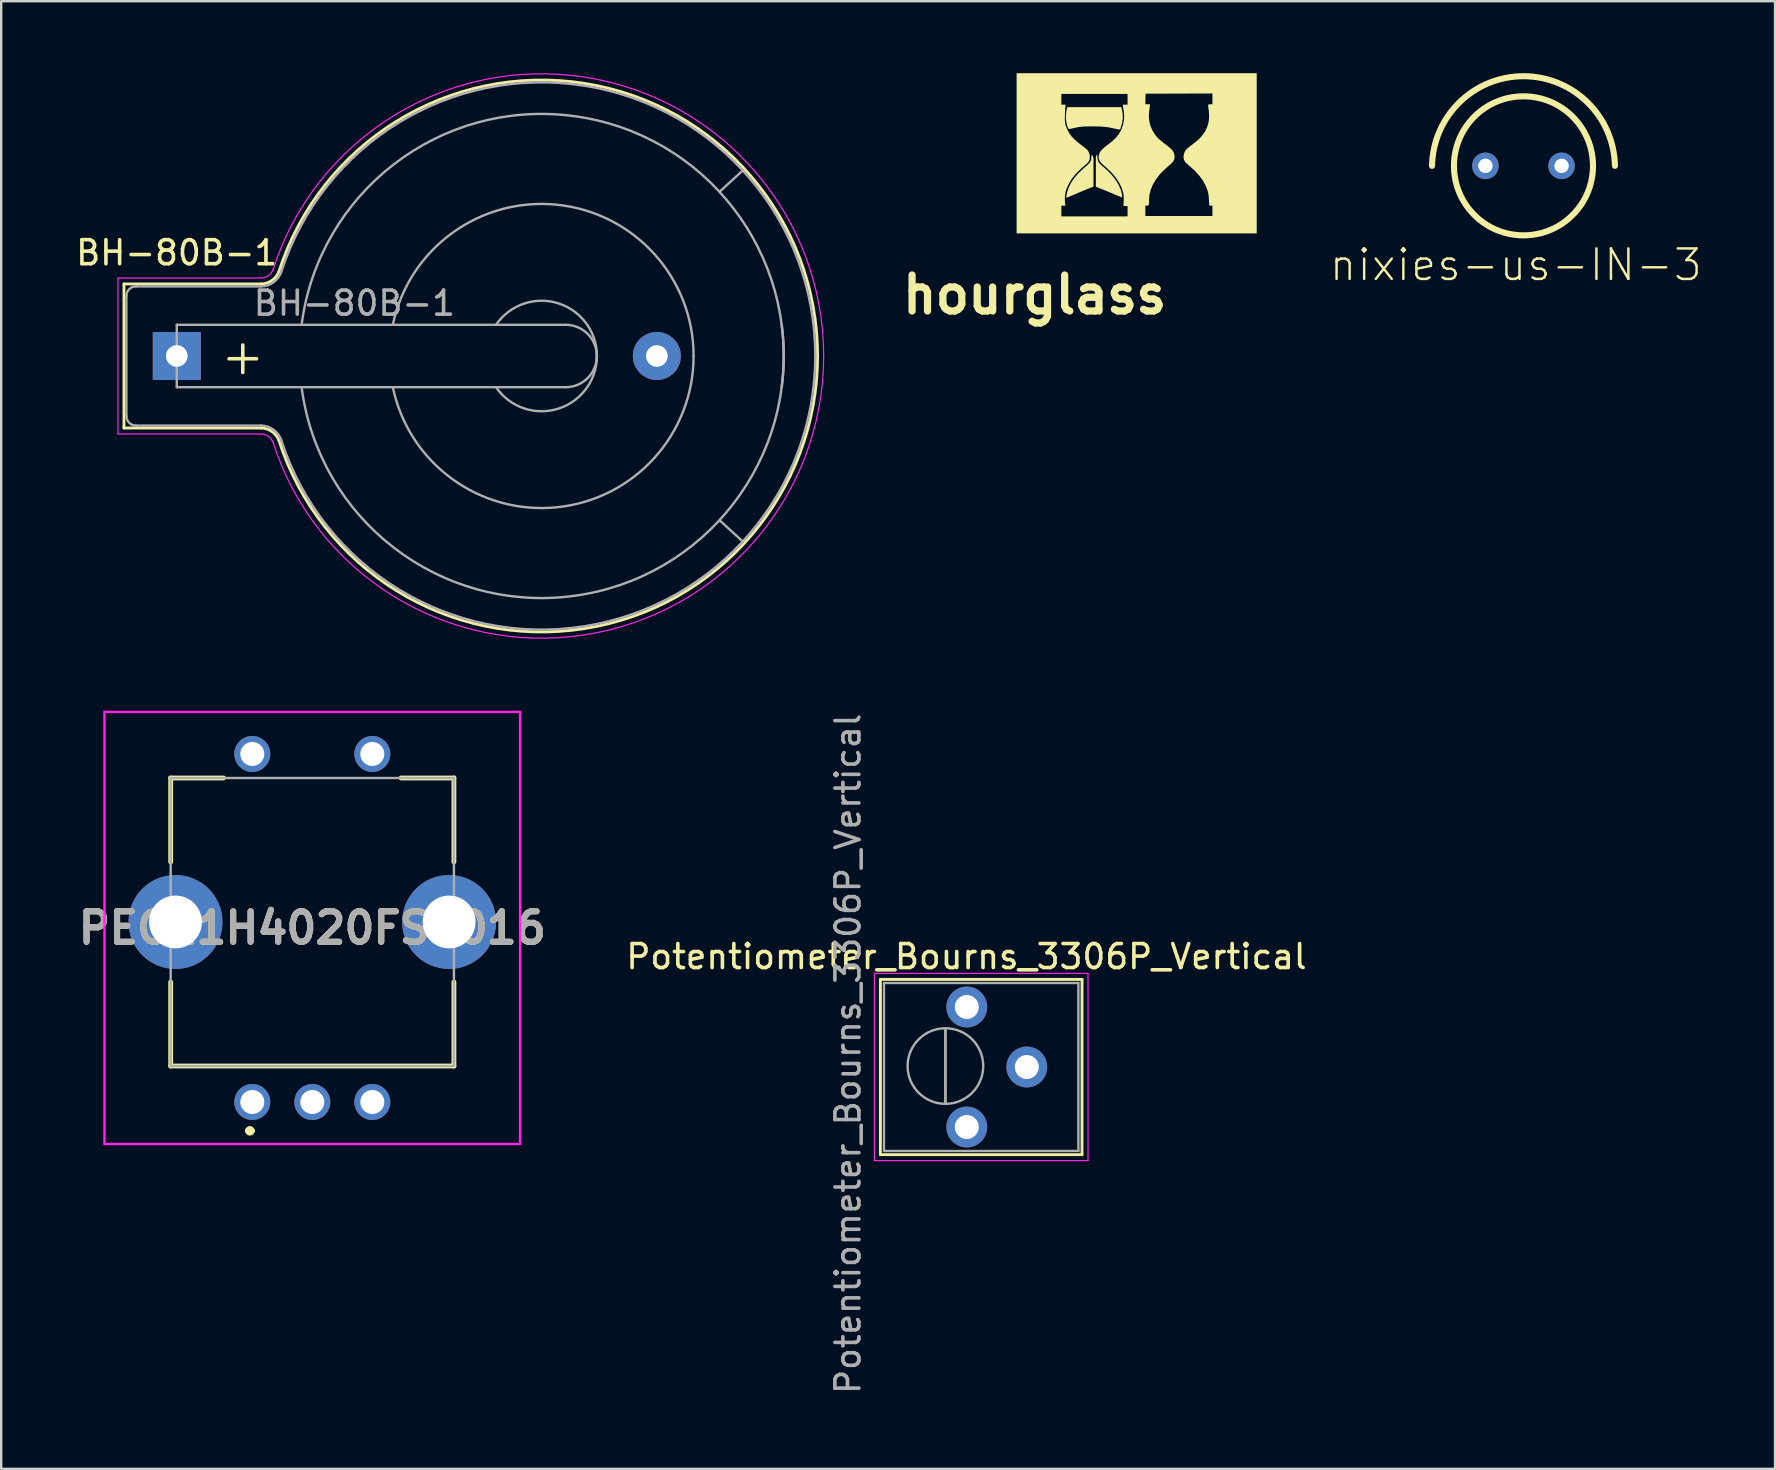
<source format=kicad_pcb>
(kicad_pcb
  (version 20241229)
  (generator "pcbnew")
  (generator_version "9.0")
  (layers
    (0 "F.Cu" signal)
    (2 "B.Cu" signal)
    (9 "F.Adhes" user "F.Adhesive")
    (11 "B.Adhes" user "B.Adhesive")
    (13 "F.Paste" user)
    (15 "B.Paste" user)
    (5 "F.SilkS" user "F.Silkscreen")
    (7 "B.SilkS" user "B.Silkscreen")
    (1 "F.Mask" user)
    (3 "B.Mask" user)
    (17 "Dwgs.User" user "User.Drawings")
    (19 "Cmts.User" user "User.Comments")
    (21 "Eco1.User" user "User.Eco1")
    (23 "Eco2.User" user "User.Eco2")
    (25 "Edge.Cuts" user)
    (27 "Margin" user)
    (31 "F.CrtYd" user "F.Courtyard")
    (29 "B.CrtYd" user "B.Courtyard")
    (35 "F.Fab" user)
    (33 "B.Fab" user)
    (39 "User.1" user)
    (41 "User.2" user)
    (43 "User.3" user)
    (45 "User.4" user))
  (footprint "nixies-us-IN-3"
    (layer "F.Cu")
    (at 60.42 3.859)
    (property "Reference" "nixies-us-IN-3" (at -0.318 4.128 0) (layer "F.SilkS") (effects (font (size 1.27 1.27) (thickness 0.102))))
    (attr exclude_from_pos_files exclude_from_bom)
    (fp_arc (start -3.81 0) (mid -0.001068 -3.732073) (end 3.809955 -0.002135) (stroke (width 0.254) (type solid)) (layer "F.SilkS"))
    (fp_circle (center 0 0) (end 0 -2.896) (stroke (width 0.254) (type solid)) (fill no) (layer "F.SilkS"))
    (pad "A" thru_hole circle (at -1.587 0) (size 1.107 1.107) (drill 0.599) (layers "*.Cu" "*.Mask"))
    (pad "K" thru_hole circle (at 1.587 0) (size 1.107 1.107) (drill 0.599) (layers "*.Cu" "*.Mask")))
  (footprint "PEC11H4020FS0016"
    (layer "F.Cu")
    (at 9.961 42.861)
    (property "Reference" "PEC11H4020FS0016" (at -0.001 -7.25 0) (layer "F.SilkS") (effects (font (size 1.27 1.27) (thickness 0.254))))
    (attr through_hole)
    (fp_line (start -5.9 -13.5) (end -3.7 -13.5) (stroke (width 0.2) (type solid)) (layer "F.SilkS"))
    (fp_line (start -5.9 -10) (end -5.9 -13.5) (stroke (width 0.2) (type solid)) (layer "F.SilkS"))
    (fp_line (start -5.9 -5) (end -5.9 -1.5) (stroke (width 0.2) (type solid)) (layer "F.SilkS"))
    (fp_line (start -5.9 -1.5) (end 5.9 -1.5) (stroke (width 0.2) (type solid)) (layer "F.SilkS"))
    (fp_line (start -2.7 1.2) (end -2.7 1.2) (stroke (width 0.2) (type solid)) (layer "F.SilkS"))
    (fp_line (start -2.5 1.2) (end -2.5 1.2) (stroke (width 0.2) (type solid)) (layer "F.SilkS"))
    (fp_line (start 5.9 -13.5) (end 3.7 -13.5) (stroke (width 0.2) (type solid)) (layer "F.SilkS"))
    (fp_line (start 5.9 -10) (end 5.9 -13.5) (stroke (width 0.2) (type solid)) (layer "F.SilkS"))
    (fp_line (start 5.9 -1.5) (end 5.9 -5) (stroke (width 0.2) (type solid)) (layer "F.SilkS"))
    (fp_arc (start -2.7 1.2) (mid -2.6 1.1) (end -2.5 1.2) (stroke (width 0.2) (type solid)) (layer "F.SilkS"))
    (fp_arc (start -2.5 1.2) (mid -2.6 1.3) (end -2.7 1.2) (stroke (width 0.2) (type solid)) (layer "F.SilkS"))
    (fp_line (start -8.658 -16.25) (end 8.657 -16.25) (stroke (width 0.1) (type solid)) (layer "F.CrtYd"))
    (fp_line (start -8.658 1.75) (end -8.658 -16.25) (stroke (width 0.1) (type solid)) (layer "F.CrtYd"))
    (fp_line (start 8.657 -16.25) (end 8.657 1.75) (stroke (width 0.1) (type solid)) (layer "F.CrtYd"))
    (fp_line (start 8.657 1.75) (end -8.658 1.75) (stroke (width 0.1) (type solid)) (layer "F.CrtYd"))
    (fp_line (start -5.9 -13.5) (end 5.9 -13.5) (stroke (width 0.1) (type solid)) (layer "F.Fab"))
    (fp_line (start -5.9 -1.5) (end -5.9 -13.5) (stroke (width 0.1) (type solid)) (layer "F.Fab"))
    (fp_line (start 5.9 -13.5) (end 5.9 -1.5) (stroke (width 0.1) (type solid)) (layer "F.Fab"))
    (fp_line (start 5.9 -1.5) (end -5.9 -1.5) (stroke (width 0.1) (type solid)) (layer "F.Fab"))
    (fp_text user "${REFERENCE}" (at -0.001 -7.25 0) (layer "F.Fab") (effects (font (size 1.27 1.27) (thickness 0.254))))
    (pad "" thru_hole circle (at -5.7 -7.5) (size 3.915 3.915) (drill 2.2) (layers "*.Cu" "*.Mask"))
    (pad "" thru_hole circle (at 5.7 -7.5) (size 3.915 3.915) (drill 2.2) (layers "*.Cu" "*.Mask"))
    (pad "A" thru_hole circle (at -2.5 0) (size 1.5 1.5) (drill 1) (layers "*.Cu" "*.Mask"))
    (pad "B" thru_hole circle (at 2.5 0) (size 1.5 1.5) (drill 1) (layers "*.Cu" "*.Mask"))
    (pad "C" thru_hole circle (at 0 0) (size 1.5 1.5) (drill 1) (layers "*.Cu" "*.Mask"))
    (pad "S1" thru_hole circle (at -2.5 -14.5) (size 1.5 1.5) (drill 1) (layers "*.Cu" "*.Mask"))
    (pad "S2" thru_hole circle (at 2.5 -14.5) (size 1.5 1.5) (drill 1) (layers "*.Cu" "*.Mask")))
  (footprint "Potentiometer_Bourns_3306P_Vertical"
    (layer "F.Cu")
    (at 37.228 43.903)
    (property "Reference" "Potentiometer_Bourns_3306P_Vertical" (at -0.015 -7.1 0) (layer "F.SilkS") (effects (font (size 1 1) (thickness 0.15))))
    (attr through_hole)
    (fp_line (start -3.6 -6.15) (end -3.6 1.15) (stroke (width 0.12) (type solid)) (layer "F.SilkS"))
    (fp_line (start -3.6 -6.15) (end 4.8 -6.15) (stroke (width 0.12) (type solid)) (layer "F.SilkS"))
    (fp_line (start -3.6 1.15) (end 4.8 1.15) (stroke (width 0.12) (type solid)) (layer "F.SilkS"))
    (fp_line (start 4.8 -6.15) (end 4.8 1.15) (stroke (width 0.12) (type solid)) (layer "F.SilkS"))
    (fp_line (start -3.85 -6.4) (end -3.85 1.4) (stroke (width 0.05) (type solid)) (layer "F.CrtYd"))
    (fp_line (start -3.85 1.4) (end 5.05 1.4) (stroke (width 0.05) (type solid)) (layer "F.CrtYd"))
    (fp_line (start 5.05 -6.4) (end -3.85 -6.4) (stroke (width 0.05) (type solid)) (layer "F.CrtYd"))
    (fp_line (start 5.05 1.4) (end 5.05 -6.4) (stroke (width 0.05) (type solid)) (layer "F.CrtYd"))
    (fp_line (start -3.45 -6) (end -3.45 1) (stroke (width 0.1) (type solid)) (layer "F.Fab"))
    (fp_line (start -3.45 1) (end 4.65 1) (stroke (width 0.1) (type solid)) (layer "F.Fab"))
    (fp_line (start -0.891 -0.98) (end -0.89 -4.099) (stroke (width 0.1) (type solid)) (layer "F.Fab"))
    (fp_line (start -0.891 -0.98) (end -0.89 -4.099) (stroke (width 0.1) (type solid)) (layer "F.Fab"))
    (fp_line (start 4.65 -6) (end -3.45 -6) (stroke (width 0.1) (type solid)) (layer "F.Fab"))
    (fp_line (start 4.65 1) (end 4.65 -6) (stroke (width 0.1) (type solid)) (layer "F.Fab"))
    (fp_circle (center -0.891 -2.54) (end 0.684 -2.54) (stroke (width 0.1) (type solid)) (fill no) (layer "F.Fab"))
    (fp_text user "${REFERENCE}" (at -4.95 -3.05 90) (layer "F.Fab") (effects (font (size 1 1) (thickness 0.15))))
    (pad "1" thru_hole circle (at 0 0) (size 1.7 1.7) (drill 1) (layers "*.Cu" "*.Mask"))
    (pad "2" thru_hole circle (at 2.5 -2.5) (size 1.7 1.7) (drill 1) (layers "*.Cu" "*.Mask"))
    (pad "3" thru_hole circle (at 0 -5) (size 1.7 1.7) (drill 1) (layers "*.Cu" "*.Mask")))
  (footprint "hourglass"
    (layer "F.Cu")
    (at 44.305 3.328)
    (property "Reference" "hourglass" (at -4.25 5.9 0) (layer "F.SilkS") (effects (font (size 1.5 1.5) (thickness 0.3))))
    (attr board_only exclude_from_pos_files exclude_from_bom)
    (fp_poly (pts (xy -0.622 -1.849) (xy -0.584 -1.644) (xy -0.58 -1.438) (xy -0.611 -1.231) (xy -0.677 -1.024) (xy -0.681 -1.013) (xy -0.693 -0.996) (xy -0.714 -0.987) (xy -0.751 -0.988) (xy -0.809 -0.997) (xy -0.894 -1.016) (xy -0.905 -1.018) (xy -1.042 -1.048) (xy -1.168 -1.071) (xy -1.29 -1.089) (xy -1.418 -1.1) (xy -1.558 -1.108) (xy -1.72 -1.111) (xy -1.845 -1.112) (xy -1.994 -1.111) (xy -2.115 -1.11) (xy -2.216 -1.106) (xy -2.306 -1.099) (xy -2.39 -1.088) (xy -2.476 -1.073) (xy -2.572 -1.053) (xy -2.67 -1.031) (xy -2.748 -1.013) (xy -2.8 -1.006) (xy -2.834 -1.013) (xy -2.857 -1.038) (xy -2.877 -1.087) (xy -2.899 -1.155) (xy -2.926 -1.268) (xy -2.942 -1.402) (xy -2.947 -1.542) (xy -2.94 -1.676) (xy -2.922 -1.784) (xy -2.892 -1.914) (xy -1.766 -1.914) (xy -0.639 -1.914)) (stroke (width 0) (type solid)) (fill yes) (layer "F.SilkS"))
    (fp_poly (pts (xy -1.637 0.174) (xy -1.626 0.264) (xy -1.603 0.339) (xy -1.565 0.407) (xy -1.506 0.474) (xy -1.422 0.548) (xy -1.397 0.568) (xy -1.202 0.74) (xy -1.031 0.92) (xy -0.885 1.105) (xy -0.768 1.293) (xy -0.68 1.481) (xy -0.637 1.617) (xy -0.617 1.706) (xy -0.606 1.776) (xy -0.605 1.824) (xy -0.614 1.844) (xy -0.616 1.844) (xy -0.635 1.838) (xy -0.681 1.819) (xy -0.752 1.791) (xy -0.843 1.753) (xy -0.951 1.709) (xy -1.071 1.658) (xy -1.163 1.62) (xy -1.29 1.567) (xy -1.409 1.518) (xy -1.513 1.476) (xy -1.6 1.441) (xy -1.666 1.415) (xy -1.7 1.4) (xy -1.7 1.397) (xy -1.7 1.391) (xy -1.7 1.372) (xy -1.7 1.336) (xy -1.7 1.3) (xy -1.7 1.203) (xy -1.7 1.1) (xy -1.7 0.967) (xy -1.7 0.808) (xy -1.7 0.22) (xy -1.694 0.133) (xy -1.647 0.045)) (stroke (width 0) (type solid)) (fill yes) (layer "F.SilkS"))
    (fp_poly (pts (xy -1.866 0.078) (xy -1.844 0.111) (xy -1.812 0.176) (xy -1.809 0.181) (xy -1.8 0.202) (xy -1.8 0.227) (xy -1.8 0.259) (xy -1.8 0.3) (xy -1.8 0.361) (xy -1.8 0.438) (xy -1.8 0.538) (xy -1.8 0.664) (xy -1.8 0.822) (xy -1.8 0.85) (xy -1.8 1.4) (xy -1.818 1.403) (xy -1.843 1.413) (xy -1.897 1.433) (xy -1.973 1.465) (xy -2.069 1.504) (xy -2.181 1.55) (xy -2.303 1.601) (xy -2.374 1.631) (xy -2.499 1.684) (xy -2.615 1.733) (xy -2.717 1.776) (xy -2.801 1.812) (xy -2.864 1.838) (xy -2.901 1.854) (xy -2.91 1.857) (xy -2.926 1.85) (xy -2.931 1.817) (xy -2.927 1.776) (xy -2.916 1.715) (xy -2.9 1.645) (xy -2.898 1.636) (xy -2.83 1.432) (xy -2.732 1.235) (xy -2.602 1.041) (xy -2.439 0.851) (xy -2.242 0.662) (xy -2.171 0.601) (xy -2.072 0.516) (xy -1.998 0.444) (xy -1.947 0.381) (xy -1.913 0.321) (xy -1.895 0.259) (xy -1.888 0.19) (xy -1.888 0.168) (xy -1.886 0.107) (xy -1.879 0.077)) (stroke (width 0) (type solid)) (fill yes) (layer "F.SilkS"))
    (fp_poly (pts (xy 5.001 0.009) (xy 5.001 3.345) (xy 0 3.345) (xy -5.001 3.345) (xy -5.001 0.009) (xy -5.001 -2.242) (xy -3.138 -2.242) (xy -3.138 -2.018) (xy -3.05 -2.018) (xy -2.961 -2.018) (xy -2.976 -1.884) (xy -2.981 -1.815) (xy -2.986 -1.724) (xy -2.989 -1.62) (xy -2.991 -1.516) (xy -2.991 -1.5) (xy -2.991 -1.398) (xy -2.989 -1.323) (xy -2.984 -1.264) (xy -2.975 -1.213) (xy -2.961 -1.162) (xy -2.944 -1.111) (xy -2.886 -0.968) (xy -2.814 -0.837) (xy -2.723 -0.712) (xy -2.611 -0.589) (xy -2.473 -0.465) (xy -2.317 -0.343) (xy -2.237 -0.282) (xy -2.163 -0.224) (xy -2.103 -0.173) (xy -2.061 -0.136) (xy -2.047 -0.122) (xy -1.994 -0.036) (xy -1.962 0.064) (xy -1.952 0.17) (xy -1.965 0.27) (xy -1.999 0.351) (xy -2.031 0.392) (xy -2.082 0.443) (xy -2.142 0.496) (xy -2.162 0.512) (xy -2.264 0.599) (xy -2.373 0.7) (xy -2.481 0.808) (xy -2.579 0.916) (xy -2.66 1.014) (xy -2.689 1.052) (xy -2.783 1.199) (xy -2.866 1.36) (xy -2.932 1.518) (xy -2.952 1.578) (xy -2.972 1.664) (xy -2.985 1.772) (xy -2.992 1.888) (xy -2.991 2.001) (xy -2.983 2.097) (xy -2.978 2.125) (xy -2.964 2.19) (xy -3.051 2.19) (xy -3.138 2.19) (xy -3.138 2.414) (xy -3.138 2.638) (xy -1.759 2.638) (xy -0.379 2.638) (xy -0.379 2.424) (xy -0.379 2.209) (xy -0.47 2.204) (xy -0.523 2.199) (xy -0.549 2.191) (xy -0.556 2.175) (xy -0.555 2.164) (xy -0.543 2.066) (xy -0.538 1.953) (xy -0.539 1.839) (xy -0.547 1.735) (xy -0.56 1.652) (xy -0.56 1.651) (xy -0.63 1.435) (xy -0.734 1.223) (xy -0.872 1.016) (xy -1.044 0.813) (xy -1.248 0.616) (xy -1.344 0.535) (xy -1.448 0.441) (xy -1.522 0.356) (xy -1.567 0.273) (xy -1.585 0.189) (xy -1.577 0.099) (xy -1.551 0.011) (xy -1.524 -0.046) (xy -1.483 -0.105) (xy -1.425 -0.167) (xy -1.347 -0.237) (xy -1.245 -0.319) (xy -1.169 -0.376) (xy -1.019 -0.494) (xy -0.896 -0.608) (xy -0.794 -0.725) (xy -0.721 -0.828) (xy -0.635 -0.988) (xy -0.572 -1.165) (xy -0.533 -1.351) (xy -0.519 -1.537) (xy -0.533 -1.715) (xy -0.541 -1.759) (xy -0.555 -1.832) (xy -0.565 -1.901) (xy -0.569 -1.951) (xy -0.569 -1.953) (xy -0.569 -2.018) (xy -0.474 -2.018) (xy -0.379 -2.018) (xy -0.379 -2.035) (xy 0.361 -2.035) (xy 0.458 -2.035) (xy 0.555 -2.035) (xy 0.547 -1.953) (xy 0.541 -1.898) (xy 0.532 -1.822) (xy 0.521 -1.739) (xy 0.517 -1.71) (xy 0.507 -1.508) (xy 0.53 -1.306) (xy 0.585 -1.109) (xy 0.67 -0.92) (xy 0.784 -0.744) (xy 0.876 -0.635) (xy 0.918 -0.593) (xy 0.982 -0.538) (xy 1.059 -0.475) (xy 1.143 -0.409) (xy 1.183 -0.379) (xy 1.295 -0.293) (xy 1.383 -0.22) (xy 1.448 -0.158) (xy 1.497 -0.101) (xy 1.531 -0.045) (xy 1.556 0.014) (xy 1.56 0.028) (xy 1.582 0.14) (xy 1.572 0.243) (xy 1.529 0.338) (xy 1.452 0.429) (xy 1.416 0.462) (xy 1.267 0.588) (xy 1.144 0.701) (xy 1.041 0.802) (xy 0.955 0.895) (xy 0.938 0.917) (xy 0.79 1.114) (xy 0.673 1.314) (xy 0.589 1.516) (xy 0.536 1.717) (xy 0.517 1.915) (xy 0.517 1.923) (xy 0.516 1.998) (xy 0.512 2.069) (xy 0.507 2.121) (xy 0.506 2.125) (xy 0.497 2.167) (xy 0.479 2.186) (xy 0.442 2.19) (xy 0.429 2.19) (xy 0.362 2.19) (xy 0.362 2.405) (xy 0.362 2.621) (xy 1.759 2.621) (xy 3.156 2.621) (xy 3.156 2.405) (xy 3.156 2.19) (xy 3.096 2.19) (xy 3.053 2.185) (xy 3.027 2.174) (xy 3.026 2.173) (xy 3.021 2.149) (xy 3.017 2.099) (xy 3.013 2.029) (xy 3.01 1.953) (xy 3.001 1.796) (xy 2.98 1.66) (xy 2.944 1.53) (xy 2.89 1.394) (xy 2.864 1.336) (xy 2.755 1.14) (xy 2.615 0.948) (xy 2.443 0.757) (xy 2.238 0.567) (xy 2.202 0.537) (xy 2.138 0.483) (xy 2.081 0.431) (xy 2.038 0.39) (xy 2.02 0.37) (xy 1.973 0.283) (xy 1.952 0.181) (xy 1.96 0.071) (xy 1.995 -0.04) (xy 2.006 -0.062) (xy 2.03 -0.102) (xy 2.063 -0.144) (xy 2.108 -0.19) (xy 2.17 -0.244) (xy 2.252 -0.309) (xy 2.358 -0.388) (xy 2.405 -0.423) (xy 2.588 -0.574) (xy 2.738 -0.738) (xy 2.857 -0.915) (xy 2.944 -1.104) (xy 2.993 -1.273) (xy 3.007 -1.371) (xy 3.015 -1.49) (xy 3.015 -1.615) (xy 3.009 -1.734) (xy 2.996 -1.833) (xy 2.995 -1.836) (xy 2.985 -1.901) (xy 2.979 -1.958) (xy 2.98 -1.987) (xy 2.986 -2.016) (xy 3.002 -2.03) (xy 3.036 -2.034) (xy 3.071 -2.035) (xy 3.156 -2.035) (xy 3.156 -2.259) (xy 3.156 -2.483) (xy 1.763 -2.479) (xy 0.371 -2.474) (xy 0.366 -2.255) (xy 0.361 -2.035) (xy -0.379 -2.035) (xy -0.379 -2.242) (xy -0.379 -2.466) (xy -1.759 -2.466) (xy -3.138 -2.466) (xy -3.138 -2.242) (xy -5.001 -2.242) (xy -5.001 -3.328) (xy 0 -3.328) (xy 5.001 -3.328)) (stroke (width 0) (type solid)) (fill yes) (layer "F.SilkS")))
  (footprint "BH-80B-1"
    (layer "F.Cu")
    (at 4.315 11.781)
    (property "Reference" "BH-80B-1" (at 0 -4.3 0) (layer "F.SilkS") (effects (font (size 1 1) (thickness 0.15))))
    (attr through_hole)
    (fp_line (start -2.2 -3) (end 3.5 -3) (stroke (width 0.12) (type solid)) (layer "F.SilkS"))
    (fp_line (start -2.2 3) (end -2.2 -3) (stroke (width 0.12) (type solid)) (layer "F.SilkS"))
    (fp_line (start -2.2 3) (end 3.5 3) (stroke (width 0.12) (type solid)) (layer "F.SilkS"))
    (fp_arc (start 3.5 3) (mid 3.950694 3.136459) (end 4.25 3.5) (stroke (width 0.12) (type solid)) (layer "F.SilkS"))
    (fp_arc (start 4.25 -3.5) (mid 3.950694 -3.136459) (end 3.5 -3) (stroke (width 0.12) (type solid)) (layer "F.SilkS"))
    (fp_arc (start 4.25 -3.5) (mid 16.971103 -11.358466) (end 26.695671 0) (stroke (width 0.12) (type solid)) (layer "F.SilkS"))
    (fp_arc (start 26.695671 0) (mid 16.971103 11.358466) (end 4.25 3.5) (stroke (width 0.12) (type solid)) (layer "F.SilkS"))
    (fp_line (start -2.45 -3.25) (end 3.5 -3.25) (stroke (width 0.05) (type solid)) (layer "F.CrtYd"))
    (fp_line (start -2.45 3.25) (end -2.45 -3.25) (stroke (width 0.05) (type solid)) (layer "F.CrtYd"))
    (fp_line (start -2.45 3.25) (end 3.5 3.25) (stroke (width 0.05) (type solid)) (layer "F.CrtYd"))
    (fp_arc (start 3.5 3.25) (mid 3.809273 3.345916) (end 4.01 3.6) (stroke (width 0.05) (type solid)) (layer "F.CrtYd"))
    (fp_arc (start 4.01 -3.6) (mid 3.809273 -3.345916) (end 3.5 -3.25) (stroke (width 0.05) (type solid)) (layer "F.CrtYd"))
    (fp_arc (start 4.01 -3.6) (mid 17.020063 -11.613627) (end 26.95 0) (stroke (width 0.05) (type solid)) (layer "F.CrtYd"))
    (fp_arc (start 26.95 0) (mid 17.020063 11.613629) (end 4.01 3.6) (stroke (width 0.05) (type solid)) (layer "F.CrtYd"))
    (fp_line (start -2.1 -2.5) (end -2.1 2.5) (stroke (width 0.1) (type solid)) (layer "F.Fab"))
    (fp_line (start -1.7 2.9) (end 3.5 2.9) (stroke (width 0.1) (type solid)) (layer "F.Fab"))
    (fp_line (start 0 -1.3) (end 0 1.3) (stroke (width 0.1) (type solid)) (layer "F.Fab"))
    (fp_line (start 0 1.3) (end 16.2 1.3) (stroke (width 0.1) (type solid)) (layer "F.Fab"))
    (fp_line (start 3.5 -2.9) (end -1.7 -2.9) (stroke (width 0.1) (type solid)) (layer "F.Fab"))
    (fp_line (start 16.2 -1.3) (end 0 -1.3) (stroke (width 0.1) (type solid)) (layer "F.Fab"))
    (fp_line (start 23.571 -7.722) (end 22.631 -6.858) (stroke (width 0.1) (type solid)) (layer "F.Fab"))
    (fp_line (start 23.571 7.722) (end 22.657 6.883) (stroke (width 0.1) (type solid)) (layer "F.Fab"))
    (fp_arc (start -2.1 -2.5) (mid -1.982843 -2.782843) (end -1.7 -2.9) (stroke (width 0.1) (type solid)) (layer "F.Fab"))
    (fp_arc (start -1.7 2.9) (mid -1.982843 2.782843) (end -2.1 2.5) (stroke (width 0.1) (type solid)) (layer "F.Fab"))
    (fp_arc (start 3.5 2.9) (mid 4.020217 3.065109) (end 4.35 3.5) (stroke (width 0.1) (type solid)) (layer "F.Fab"))
    (fp_arc (start 4.35 -3.5) (mid 4.020217 -3.06511) (end 3.5 -2.9) (stroke (width 0.1) (type solid)) (layer "F.Fab"))
    (fp_arc (start 4.35 -3.5) (mid 16.971395 -11.261979) (end 26.600299 0) (stroke (width 0.1) (type solid)) (layer "F.Fab"))
    (fp_arc (start 5.2 -1.3) (mid 16.5 -10) (end 25.2 1.3) (stroke (width 0.1) (type solid)) (layer "F.Fab"))
    (fp_arc (start 9 -1.3) (mid 15.851289 -6.300938) (end 21.53 0) (stroke (width 0.1) (type solid)) (layer "F.Fab"))
    (fp_arc (start 13.3 -1.3) (mid 15.963947 -2.171724) (end 17.495448 0.175833) (stroke (width 0.1) (type solid)) (layer "F.Fab"))
    (fp_arc (start 16.2 -1.3) (mid 17.5 0) (end 16.2 1.3) (stroke (width 0.1) (type solid)) (layer "F.Fab"))
    (fp_arc (start 17.495448 -0.175833) (mid 15.963947 2.171724) (end 13.3 1.3) (stroke (width 0.1) (type solid)) (layer "F.Fab"))
    (fp_arc (start 21.53 0) (mid 15.851292 6.300937) (end 9 1.3) (stroke (width 0.1) (type solid)) (layer "F.Fab"))
    (fp_arc (start 25.2 -1.3) (mid 16.5 10) (end 5.2 1.3) (stroke (width 0.1) (type solid)) (layer "F.Fab"))
    (fp_arc (start 26.600299 0) (mid 16.971396 11.261979) (end 4.35 3.5) (stroke (width 0.1) (type solid)) (layer "F.Fab"))
    (fp_text user "+" (at 2.75 0 0) (layer "F.SilkS") (effects (font (size 1.5 1.5) (thickness 0.15))))
    (fp_text user "${REFERENCE}" (at 7.4 -2.2 0) (layer "F.Fab") (effects (font (size 1 1) (thickness 0.15))))
    (pad "1" thru_hole rect (at 0 0) (size 2 2) (drill 0.9) (layers "*.Cu" "*.Mask"))
    (pad "2" thru_hole circle (at 20 0) (size 2 2) (drill 0.9) (layers "*.Cu" "*.Mask")))
  (gr_rect
    (start -3 -3)
    (end 70.899 58.145)
    (stroke (width 0.1) (type default))
    (fill no)
    (layer "Edge.Cuts")))
</source>
